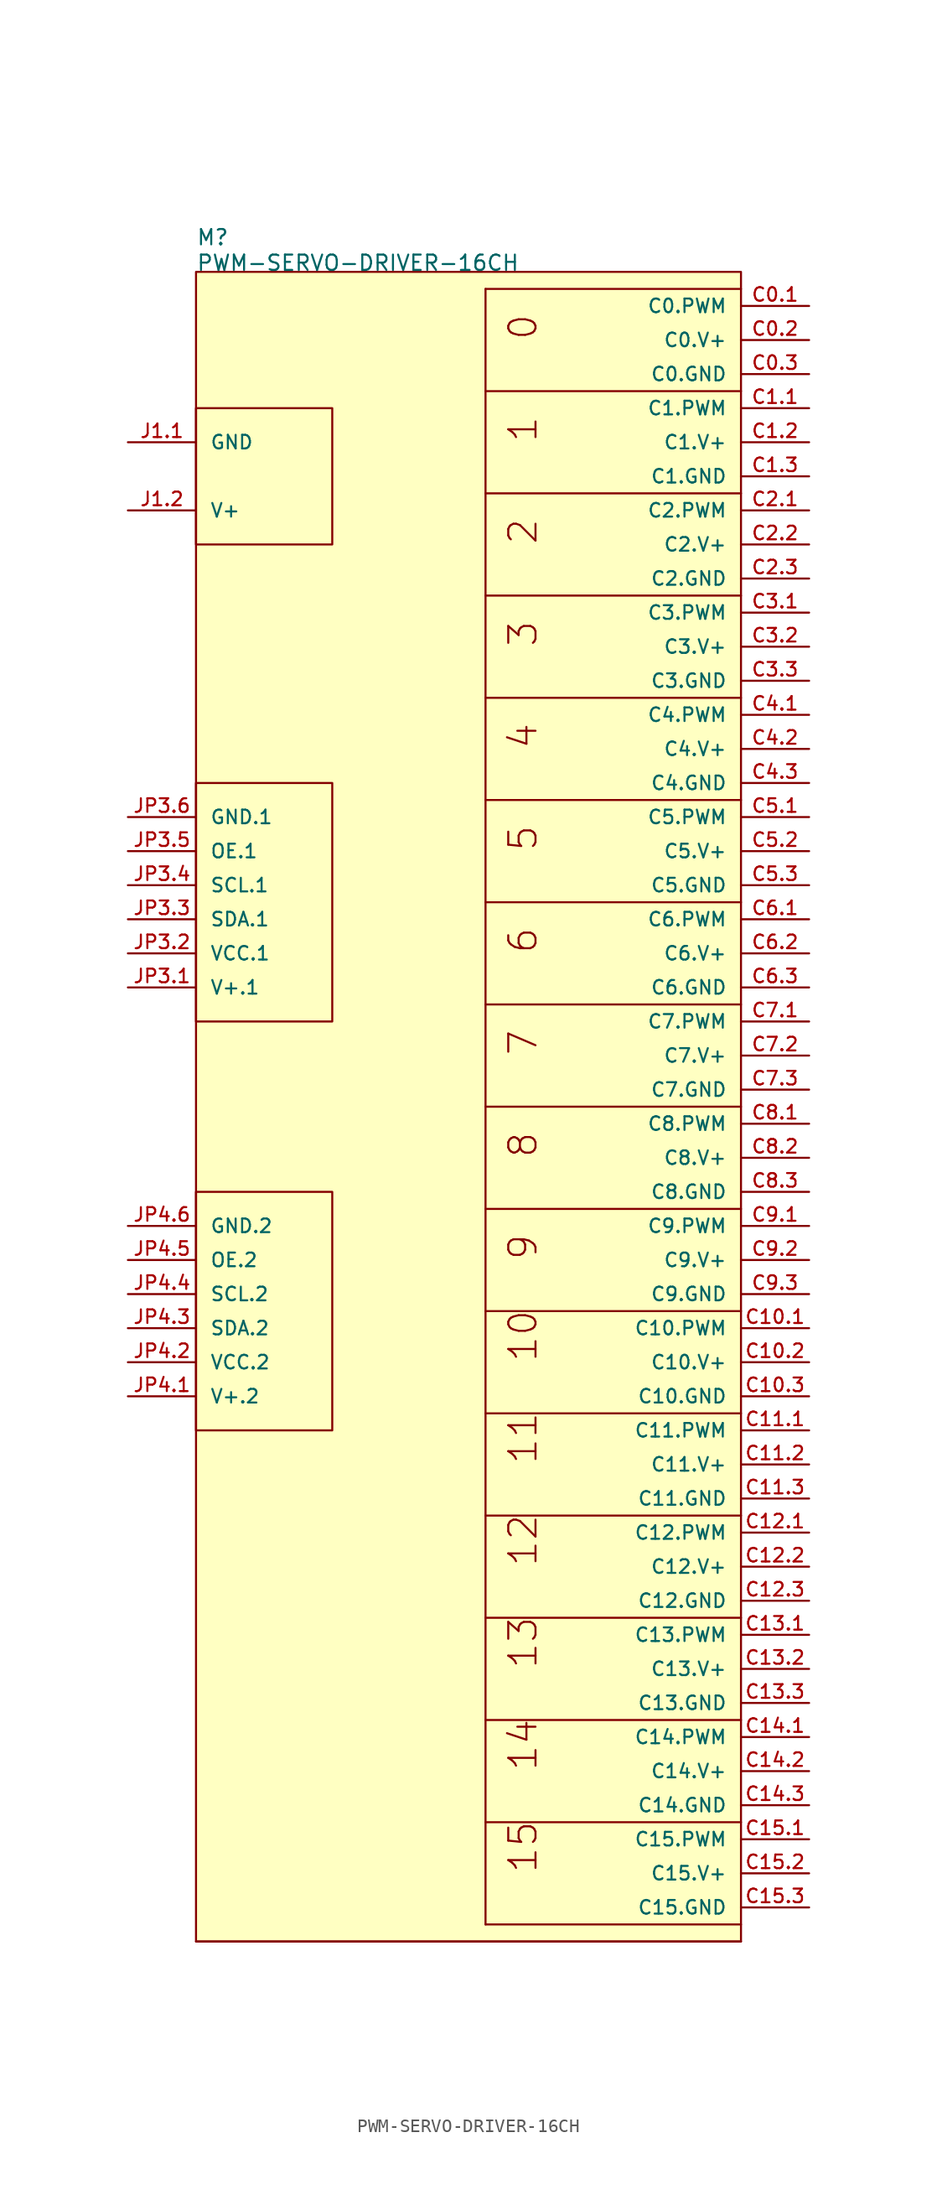
<source format=kicad_sym>
(kicad_symbol_lib
  (version 20211014)
  (generator kicad_symbol_editor)
  (symbol "PWM-SERVO-DRIVER-16CH"
    (pin_names
      (offset 1.016))
    (property "Reference" "M"
      (at -20.32 62.865 0)
      (effects (font (size 1.143 1.143)) (justify left bottom)))
    (property "Value" "PWM-SERVO-DRIVER-16CH"
      (at -20.32 60.96 0)
      (effects (font (size 1.143 1.143)) (justify left bottom)))
    (property "ki_locked" ""
      (at 0 0 0)
      (effects (font (size 1.27 1.27))))
    (symbol "PWM-SERVO-DRIVER-16CH_1_0"
      (polyline (pts (xy 1.27 -62.23) (xy 20.32 -62.23)) (stroke (width 0) (type default) (color 0 0 0 0)) (fill (type none)))
      (polyline (pts (xy 1.27 -54.61) (xy 20.32 -54.61)) (stroke (width 0) (type default) (color 0 0 0 0)) (fill (type none)))
      (polyline (pts (xy 1.27 -46.99) (xy 20.32 -46.99)) (stroke (width 0) (type default) (color 0 0 0 0)) (fill (type none)))
      (polyline (pts (xy 1.27 -39.37) (xy 20.32 -39.37)) (stroke (width 0) (type default) (color 0 0 0 0)) (fill (type none)))
      (polyline (pts (xy 1.27 -31.75) (xy 20.32 -31.75)) (stroke (width 0) (type default) (color 0 0 0 0)) (fill (type none)))
      (polyline (pts (xy 1.27 -24.13) (xy 20.32 -24.13)) (stroke (width 0) (type default) (color 0 0 0 0)) (fill (type none)))
      (polyline (pts (xy 1.27 -16.51) (xy 20.32 -16.51)) (stroke (width 0) (type default) (color 0 0 0 0)) (fill (type none)))
      (polyline (pts (xy 1.27 -8.89) (xy 20.32 -8.89)) (stroke (width 0) (type default) (color 0 0 0 0)) (fill (type none)))
      (polyline (pts (xy 1.27 -1.27) (xy 20.32 -1.27)) (stroke (width 0) (type default) (color 0 0 0 0)) (fill (type none)))
      (polyline (pts (xy 1.27 6.35) (xy 20.32 6.35)) (stroke (width 0) (type default) (color 0 0 0 0)) (fill (type none)))
      (polyline (pts (xy 1.27 13.97) (xy 20.32 13.97)) (stroke (width 0) (type default) (color 0 0 0 0)) (fill (type none)))
      (polyline (pts (xy 1.27 21.59) (xy 20.32 21.59)) (stroke (width 0) (type default) (color 0 0 0 0)) (fill (type none)))
      (polyline (pts (xy 1.27 29.21) (xy 20.32 29.21)) (stroke (width 0) (type default) (color 0 0 0 0)) (fill (type none)))
      (polyline (pts (xy 1.27 36.83) (xy 20.32 36.83)) (stroke (width 0) (type default) (color 0 0 0 0)) (fill (type none)))
      (polyline (pts (xy 1.27 44.45) (xy 20.32 44.45)) (stroke (width 0) (type default) (color 0 0 0 0)) (fill (type none)))
      (polyline (pts (xy 1.27 52.07) (xy 20.32 52.07)) (stroke (width 0) (type default) (color 0 0 0 0)) (fill (type none)))
      (polyline (pts (xy 1.27 59.69) (xy 1.27 -62.23)) (stroke (width 0) (type default) (color 0 0 0 0)) (fill (type none)))
      (polyline (pts (xy 1.27 59.69) (xy 20.32 59.69)) (stroke (width 0) (type default) (color 0 0 0 0)) (fill (type none)))
      (polyline (pts (xy 20.32 -63.5) (xy -20.32 -63.5)) (stroke (width 0) (type default) (color 0 0 0 0)) (fill (type none)))
      (text "0" (at 4.064 56.845 900) (effects (font (size 2.032 2.032))))
      (text "1" (at 4.064 49.225 900) (effects (font (size 2.032 2.032))))
      (text "10" (at 4.064 -18.364 900) (effects (font (size 2.032 2.032))))
      (text "11" (at 4.064 -25.984 900) (effects (font (size 2.032 2.032))))
      (text "12" (at 4.064 -33.604 900) (effects (font (size 2.032 2.032))))
      (text "13" (at 4.064 -41.224 900) (effects (font (size 2.032 2.032))))
      (text "14" (at 4.064 -48.844 900) (effects (font (size 2.032 2.032))))
      (text "15" (at 4.064 -56.464 900) (effects (font (size 2.032 2.032))))
      (text "2" (at 4.064 41.605 900) (effects (font (size 2.032 2.032))))
      (text "3" (at 4.064 33.985 900) (effects (font (size 2.032 2.032))))
      (text "4" (at 4.064 26.365 900) (effects (font (size 2.032 2.032))))
      (text "5" (at 4.064 18.745 900) (effects (font (size 2.032 2.032))))
      (text "6" (at 4.064 11.125 900) (effects (font (size 2.032 2.032))))
      (text "7" (at 4.064 3.505 900) (effects (font (size 2.032 2.032))))
      (text "8" (at 4.064 -4.115 900) (effects (font (size 2.032 2.032))))
      (text "9" (at 4.064 -11.735 900) (effects (font (size 2.032 2.032)))))
    (symbol "PWM-SERVO-DRIVER-16CH_1_1"
      (rectangle (start -20.32 -63.5) (end 20.32 60.96) (stroke (width 0) (type default) (color 0 0 0 0)) (fill (type background)))
      (rectangle (start -10.16 -7.62) (end -20.32 -25.4) (stroke (width 0) (type default) (color 0 0 0 0)) (fill (type none)))
      (rectangle (start -10.16 5.08) (end -20.32 22.86) (stroke (width 0) (type default) (color 0 0 0 0)) (fill (type none)))
      (rectangle (start -10.16 40.64) (end -20.32 50.8) (stroke (width 0) (type default) (color 0 0 0 0)) (fill (type none)))
      (pin bidirectional line (at 25.4 58.42 180) (length 5.08) (name "C0.PWM" (effects (font (size 1.016 1.016)))) (number "C0.1" (effects (font (size 1.016 1.016)))))
      (pin bidirectional line (at 25.4 55.88 180) (length 5.08) (name "C0.V+" (effects (font (size 1.016 1.016)))) (number "C0.2" (effects (font (size 1.016 1.016)))))
      (pin bidirectional line (at 25.4 53.34 180) (length 5.08) (name "C0.GND" (effects (font (size 1.016 1.016)))) (number "C0.3" (effects (font (size 1.016 1.016)))))
      (pin bidirectional line (at 25.4 50.8 180) (length 5.08) (name "C1.PWM" (effects (font (size 1.016 1.016)))) (number "C1.1" (effects (font (size 1.016 1.016)))))
      (pin bidirectional line (at 25.4 48.26 180) (length 5.08) (name "C1.V+" (effects (font (size 1.016 1.016)))) (number "C1.2" (effects (font (size 1.016 1.016)))))
      (pin bidirectional line (at 25.4 45.72 180) (length 5.08) (name "C1.GND" (effects (font (size 1.016 1.016)))) (number "C1.3" (effects (font (size 1.016 1.016)))))
      (pin bidirectional line (at 25.4 -17.78 180) (length 5.08) (name "C10.PWM" (effects (font (size 1.016 1.016)))) (number "C10.1" (effects (font (size 1.016 1.016)))))
      (pin bidirectional line (at 25.4 -20.32 180) (length 5.08) (name "C10.V+" (effects (font (size 1.016 1.016)))) (number "C10.2" (effects (font (size 1.016 1.016)))))
      (pin bidirectional line (at 25.4 -22.86 180) (length 5.08) (name "C10.GND" (effects (font (size 1.016 1.016)))) (number "C10.3" (effects (font (size 1.016 1.016)))))
      (pin bidirectional line (at 25.4 -25.4 180) (length 5.08) (name "C11.PWM" (effects (font (size 1.016 1.016)))) (number "C11.1" (effects (font (size 1.016 1.016)))))
      (pin bidirectional line (at 25.4 -27.94 180) (length 5.08) (name "C11.V+" (effects (font (size 1.016 1.016)))) (number "C11.2" (effects (font (size 1.016 1.016)))))
      (pin bidirectional line (at 25.4 -30.48 180) (length 5.08) (name "C11.GND" (effects (font (size 1.016 1.016)))) (number "C11.3" (effects (font (size 1.016 1.016)))))
      (pin bidirectional line (at 25.4 -33.02 180) (length 5.08) (name "C12.PWM" (effects (font (size 1.016 1.016)))) (number "C12.1" (effects (font (size 1.016 1.016)))))
      (pin bidirectional line (at 25.4 -35.56 180) (length 5.08) (name "C12.V+" (effects (font (size 1.016 1.016)))) (number "C12.2" (effects (font (size 1.016 1.016)))))
      (pin bidirectional line (at 25.4 -38.1 180) (length 5.08) (name "C12.GND" (effects (font (size 1.016 1.016)))) (number "C12.3" (effects (font (size 1.016 1.016)))))
      (pin bidirectional line (at 25.4 -40.64 180) (length 5.08) (name "C13.PWM" (effects (font (size 1.016 1.016)))) (number "C13.1" (effects (font (size 1.016 1.016)))))
      (pin bidirectional line (at 25.4 -43.18 180) (length 5.08) (name "C13.V+" (effects (font (size 1.016 1.016)))) (number "C13.2" (effects (font (size 1.016 1.016)))))
      (pin bidirectional line (at 25.4 -45.72 180) (length 5.08) (name "C13.GND" (effects (font (size 1.016 1.016)))) (number "C13.3" (effects (font (size 1.016 1.016)))))
      (pin bidirectional line (at 25.4 -48.26 180) (length 5.08) (name "C14.PWM" (effects (font (size 1.016 1.016)))) (number "C14.1" (effects (font (size 1.016 1.016)))))
      (pin bidirectional line (at 25.4 -50.8 180) (length 5.08) (name "C14.V+" (effects (font (size 1.016 1.016)))) (number "C14.2" (effects (font (size 1.016 1.016)))))
      (pin bidirectional line (at 25.4 -53.34 180) (length 5.08) (name "C14.GND" (effects (font (size 1.016 1.016)))) (number "C14.3" (effects (font (size 1.016 1.016)))))
      (pin bidirectional line (at 25.4 -55.88 180) (length 5.08) (name "C15.PWM" (effects (font (size 1.016 1.016)))) (number "C15.1" (effects (font (size 1.016 1.016)))))
      (pin bidirectional line (at 25.4 -58.42 180) (length 5.08) (name "C15.V+" (effects (font (size 1.016 1.016)))) (number "C15.2" (effects (font (size 1.016 1.016)))))
      (pin bidirectional line (at 25.4 -60.96 180) (length 5.08) (name "C15.GND" (effects (font (size 1.016 1.016)))) (number "C15.3" (effects (font (size 1.016 1.016)))))
      (pin bidirectional line (at 25.4 43.18 180) (length 5.08) (name "C2.PWM" (effects (font (size 1.016 1.016)))) (number "C2.1" (effects (font (size 1.016 1.016)))))
      (pin bidirectional line (at 25.4 40.64 180) (length 5.08) (name "C2.V+" (effects (font (size 1.016 1.016)))) (number "C2.2" (effects (font (size 1.016 1.016)))))
      (pin bidirectional line (at 25.4 38.1 180) (length 5.08) (name "C2.GND" (effects (font (size 1.016 1.016)))) (number "C2.3" (effects (font (size 1.016 1.016)))))
      (pin bidirectional line (at 25.4 35.56 180) (length 5.08) (name "C3.PWM" (effects (font (size 1.016 1.016)))) (number "C3.1" (effects (font (size 1.016 1.016)))))
      (pin bidirectional line (at 25.4 33.02 180) (length 5.08) (name "C3.V+" (effects (font (size 1.016 1.016)))) (number "C3.2" (effects (font (size 1.016 1.016)))))
      (pin bidirectional line (at 25.4 30.48 180) (length 5.08) (name "C3.GND" (effects (font (size 1.016 1.016)))) (number "C3.3" (effects (font (size 1.016 1.016)))))
      (pin bidirectional line (at 25.4 27.94 180) (length 5.08) (name "C4.PWM" (effects (font (size 1.016 1.016)))) (number "C4.1" (effects (font (size 1.016 1.016)))))
      (pin bidirectional line (at 25.4 25.4 180) (length 5.08) (name "C4.V+" (effects (font (size 1.016 1.016)))) (number "C4.2" (effects (font (size 1.016 1.016)))))
      (pin bidirectional line (at 25.4 22.86 180) (length 5.08) (name "C4.GND" (effects (font (size 1.016 1.016)))) (number "C4.3" (effects (font (size 1.016 1.016)))))
      (pin bidirectional line (at 25.4 20.32 180) (length 5.08) (name "C5.PWM" (effects (font (size 1.016 1.016)))) (number "C5.1" (effects (font (size 1.016 1.016)))))
      (pin bidirectional line (at 25.4 17.78 180) (length 5.08) (name "C5.V+" (effects (font (size 1.016 1.016)))) (number "C5.2" (effects (font (size 1.016 1.016)))))
      (pin bidirectional line (at 25.4 15.24 180) (length 5.08) (name "C5.GND" (effects (font (size 1.016 1.016)))) (number "C5.3" (effects (font (size 1.016 1.016)))))
      (pin bidirectional line (at 25.4 12.7 180) (length 5.08) (name "C6.PWM" (effects (font (size 1.016 1.016)))) (number "C6.1" (effects (font (size 1.016 1.016)))))
      (pin bidirectional line (at 25.4 10.16 180) (length 5.08) (name "C6.V+" (effects (font (size 1.016 1.016)))) (number "C6.2" (effects (font (size 1.016 1.016)))))
      (pin bidirectional line (at 25.4 7.62 180) (length 5.08) (name "C6.GND" (effects (font (size 1.016 1.016)))) (number "C6.3" (effects (font (size 1.016 1.016)))))
      (pin bidirectional line (at 25.4 5.08 180) (length 5.08) (name "C7.PWM" (effects (font (size 1.016 1.016)))) (number "C7.1" (effects (font (size 1.016 1.016)))))
      (pin bidirectional line (at 25.4 2.54 180) (length 5.08) (name "C7.V+" (effects (font (size 1.016 1.016)))) (number "C7.2" (effects (font (size 1.016 1.016)))))
      (pin bidirectional line (at 25.4 0 180) (length 5.08) (name "C7.GND" (effects (font (size 1.016 1.016)))) (number "C7.3" (effects (font (size 1.016 1.016)))))
      (pin bidirectional line (at 25.4 -2.54 180) (length 5.08) (name "C8.PWM" (effects (font (size 1.016 1.016)))) (number "C8.1" (effects (font (size 1.016 1.016)))))
      (pin bidirectional line (at 25.4 -5.08 180) (length 5.08) (name "C8.V+" (effects (font (size 1.016 1.016)))) (number "C8.2" (effects (font (size 1.016 1.016)))))
      (pin bidirectional line (at 25.4 -7.62 180) (length 5.08) (name "C8.GND" (effects (font (size 1.016 1.016)))) (number "C8.3" (effects (font (size 1.016 1.016)))))
      (pin bidirectional line (at 25.4 -10.16 180) (length 5.08) (name "C9.PWM" (effects (font (size 1.016 1.016)))) (number "C9.1" (effects (font (size 1.016 1.016)))))
      (pin bidirectional line (at 25.4 -12.7 180) (length 5.08) (name "C9.V+" (effects (font (size 1.016 1.016)))) (number "C9.2" (effects (font (size 1.016 1.016)))))
      (pin bidirectional line (at 25.4 -15.24 180) (length 5.08) (name "C9.GND" (effects (font (size 1.016 1.016)))) (number "C9.3" (effects (font (size 1.016 1.016)))))
      (pin power_in line (at -25.4 48.26 0) (length 5.08) (name "GND" (effects (font (size 1.016 1.016)))) (number "J1.1" (effects (font (size 1.016 1.016)))))
      (pin power_in line (at -25.4 43.18 0) (length 5.08) (name "V+" (effects (font (size 1.016 1.016)))) (number "J1.2" (effects (font (size 1.016 1.016)))))
      (pin power_in line (at -25.4 7.62 0) (length 5.08) (name "V+.1" (effects (font (size 1.016 1.016)))) (number "JP3.1" (effects (font (size 1.016 1.016)))))
      (pin power_in line (at -25.4 10.16 0) (length 5.08) (name "VCC.1" (effects (font (size 1.016 1.016)))) (number "JP3.2" (effects (font (size 1.016 1.016)))))
      (pin bidirectional line (at -25.4 12.7 0) (length 5.08) (name "SDA.1" (effects (font (size 1.016 1.016)))) (number "JP3.3" (effects (font (size 1.016 1.016)))))
      (pin bidirectional line (at -25.4 15.24 0) (length 5.08) (name "SCL.1" (effects (font (size 1.016 1.016)))) (number "JP3.4" (effects (font (size 1.016 1.016)))))
      (pin bidirectional line (at -25.4 17.78 0) (length 5.08) (name "OE.1" (effects (font (size 1.016 1.016)))) (number "JP3.5" (effects (font (size 1.016 1.016)))))
      (pin power_in line (at -25.4 20.32 0) (length 5.08) (name "GND.1" (effects (font (size 1.016 1.016)))) (number "JP3.6" (effects (font (size 1.016 1.016)))))
      (pin power_in line (at -25.4 -22.86 0) (length 5.08) (name "V+.2" (effects (font (size 1.016 1.016)))) (number "JP4.1" (effects (font (size 1.016 1.016)))))
      (pin power_in line (at -25.4 -20.32 0) (length 5.08) (name "VCC.2" (effects (font (size 1.016 1.016)))) (number "JP4.2" (effects (font (size 1.016 1.016)))))
      (pin bidirectional line (at -25.4 -17.78 0) (length 5.08) (name "SDA.2" (effects (font (size 1.016 1.016)))) (number "JP4.3" (effects (font (size 1.016 1.016)))))
      (pin bidirectional line (at -25.4 -15.24 0) (length 5.08) (name "SCL.2" (effects (font (size 1.016 1.016)))) (number "JP4.4" (effects (font (size 1.016 1.016)))))
      (pin bidirectional line (at -25.4 -12.7 0) (length 5.08) (name "OE.2" (effects (font (size 1.016 1.016)))) (number "JP4.5" (effects (font (size 1.016 1.016)))))
      (pin power_in line (at -25.4 -10.16 0) (length 5.08) (name "GND.2" (effects (font (size 1.016 1.016)))) (number "JP4.6" (effects (font (size 1.016 1.016))))))))
</source>
